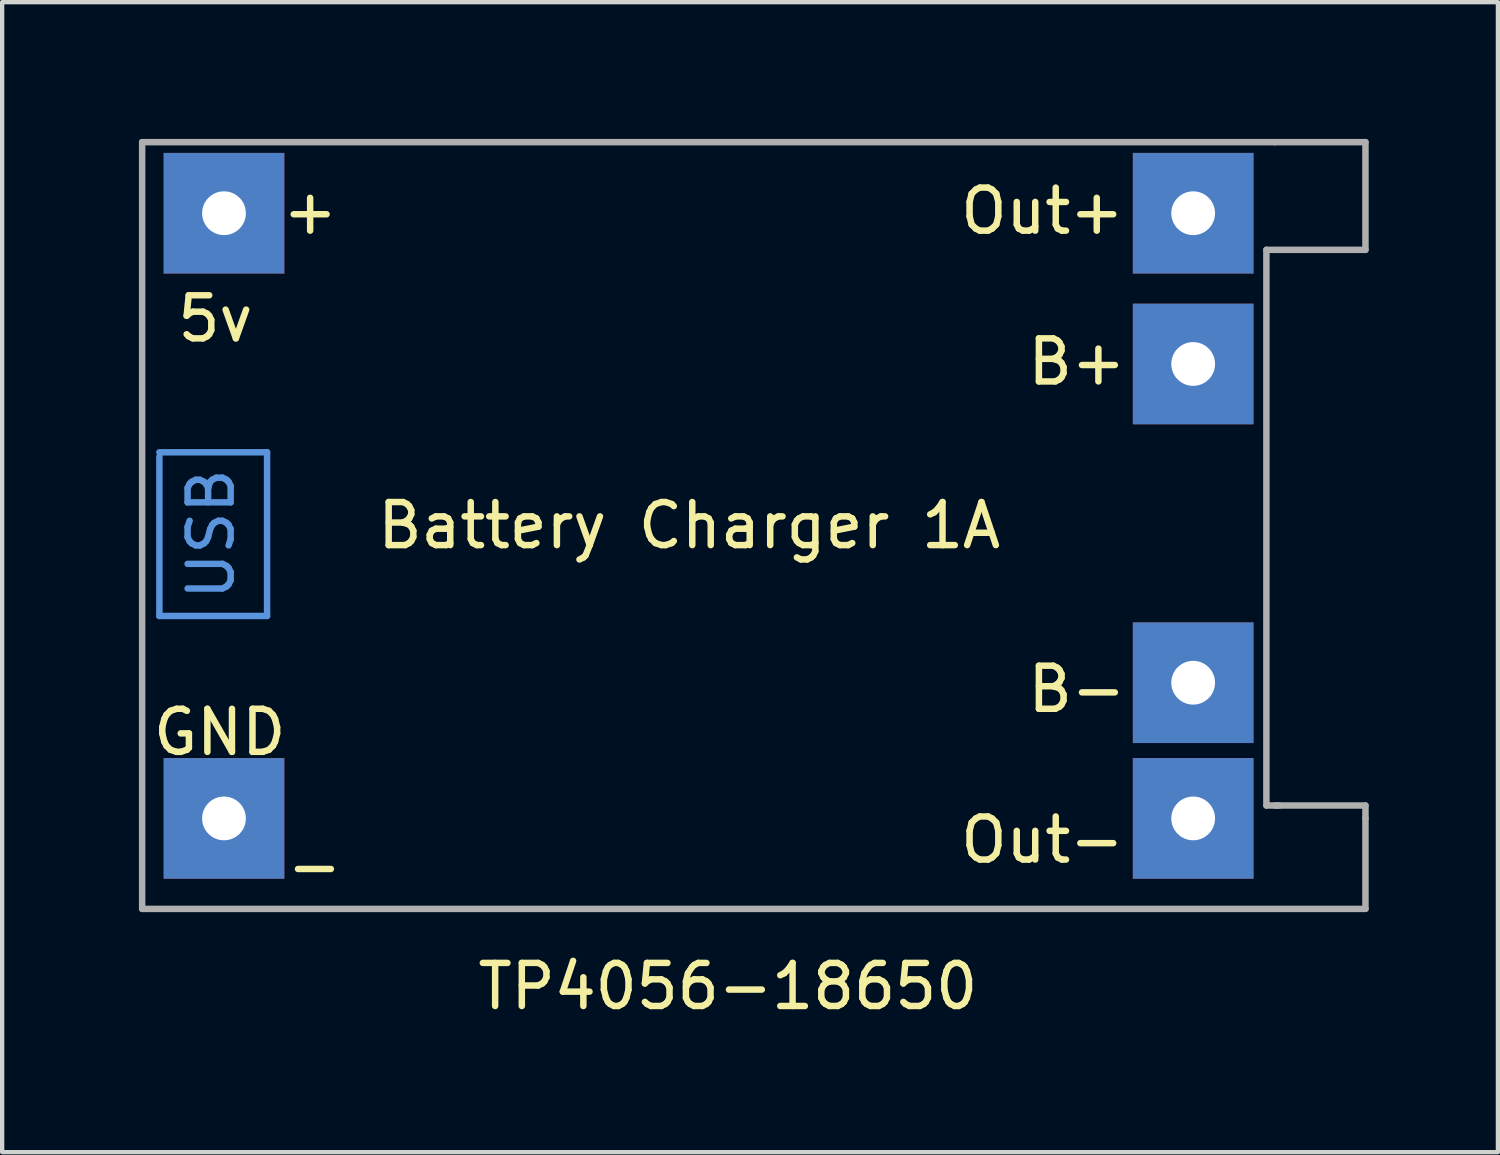
<source format=kicad_pcb>
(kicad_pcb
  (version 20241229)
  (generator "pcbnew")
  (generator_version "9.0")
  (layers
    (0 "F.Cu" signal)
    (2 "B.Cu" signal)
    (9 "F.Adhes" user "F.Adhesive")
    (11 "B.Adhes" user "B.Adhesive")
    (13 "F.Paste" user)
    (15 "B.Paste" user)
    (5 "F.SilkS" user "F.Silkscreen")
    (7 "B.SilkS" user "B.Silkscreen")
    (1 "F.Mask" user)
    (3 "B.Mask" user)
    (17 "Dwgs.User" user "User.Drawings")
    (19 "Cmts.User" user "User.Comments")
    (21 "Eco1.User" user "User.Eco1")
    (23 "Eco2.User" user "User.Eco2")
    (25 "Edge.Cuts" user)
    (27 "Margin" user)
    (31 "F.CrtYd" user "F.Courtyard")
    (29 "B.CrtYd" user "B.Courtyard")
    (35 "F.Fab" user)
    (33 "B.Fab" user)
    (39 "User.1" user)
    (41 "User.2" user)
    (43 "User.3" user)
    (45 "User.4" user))
  (footprint "TP4056-18650"
    (layer "F.Cu")
    (at 0.25 0.25)
    (property "Reference" "TP4056-18650" (at 13.6 19.6 0) (layer "F.SilkS") (effects (font (size 1 1) (thickness 0.15))))
    (attr through_hole)
    (fp_line (start 0.4 7.2) (end 2.9 7.2) (stroke (width 0.15) (type solid)) (layer "Cmts.User"))
    (fp_line (start 0.4 11) (end 0.4 7.3) (stroke (width 0.15) (type solid)) (layer "Cmts.User"))
    (fp_line (start 2.9 7.2) (end 2.9 11) (stroke (width 0.15) (type solid)) (layer "Cmts.User"))
    (fp_line (start 2.9 11) (end 0.4 11) (stroke (width 0.15) (type solid)) (layer "Cmts.User"))
    (fp_line (start 0 0) (end 26.3 0) (stroke (width 0.15) (type solid)) (layer "F.Fab"))
    (fp_line (start 0 17.8) (end 0 0) (stroke (width 0.15) (type solid)) (layer "F.Fab"))
    (fp_line (start 26.1 2.5) (end 26.1 15.4) (stroke (width 0.15) (type solid)) (layer "F.Fab"))
    (fp_line (start 26.1 15.4) (end 26.4 15.4) (stroke (width 0.15) (type solid)) (layer "F.Fab"))
    (fp_line (start 26.3 0) (end 28.4 0) (stroke (width 0.15) (type solid)) (layer "F.Fab"))
    (fp_line (start 26.3 15.4) (end 28.4 15.4) (stroke (width 0.15) (type solid)) (layer "F.Fab"))
    (fp_line (start 28.4 0) (end 28.4 2.5) (stroke (width 0.15) (type solid)) (layer "F.Fab"))
    (fp_line (start 28.4 2.5) (end 26.1 2.5) (stroke (width 0.15) (type solid)) (layer "F.Fab"))
    (fp_line (start 28.4 15.4) (end 28.4 15.7) (stroke (width 0.15) (type solid)) (layer "F.Fab"))
    (fp_line (start 28.4 15.7) (end 28.4 17.8) (stroke (width 0.15) (type solid)) (layer "F.Fab"))
    (fp_line (start 28.4 17.8) (end 0 17.8) (stroke (width 0.15) (type solid)) (layer "F.Fab"))
    (fp_text user "B-" (at 21.7 12.7 0) (layer "F.SilkS") (effects (font (size 1 1) (thickness 0.15))))
    (fp_text user "Out-" (at 20.9 16.2 0) (layer "F.SilkS") (effects (font (size 1 1) (thickness 0.15))))
    (fp_text user "-" (at 4 16.8 0) (layer "F.SilkS") (effects (font (size 1 1) (thickness 0.15))))
    (fp_text user "Out+" (at 20.9 1.6 0) (layer "F.SilkS") (effects (font (size 1 1) (thickness 0.15))))
    (fp_text user "Battery Charger 1A" (at 12.7 8.9 0) (layer "F.SilkS") (effects (font (size 1 1) (thickness 0.15))))
    (fp_text user "5v" (at 1.7 4.1 0) (layer "F.SilkS") (effects (font (size 1 1) (thickness 0.15))))
    (fp_text user "GND" (at 1.8 13.7 0) (layer "F.SilkS") (effects (font (size 1 1) (thickness 0.15))))
    (fp_text user "+" (at 3.9 1.6 0) (layer "F.SilkS") (effects (font (size 1 1) (thickness 0.15))))
    (fp_text user "B+" (at 21.7 5.1 0) (layer "F.SilkS") (effects (font (size 1 1) (thickness 0.15))))
    (fp_text user "USB" (at 1.6 9.1 90) (layer "Cmts.User") (effects (font (size 1 1) (thickness 0.15))))
    (pad "1" thru_hole rect (at 1.9 1.65) (size 2.8 2.8) (drill 1.016) (layers "*.Cu" "*.Mask"))
    (pad "2" thru_hole rect (at 1.9 15.7) (size 2.8 2.8) (drill 1.016) (layers "*.Cu" "*.Mask"))
    (pad "3" thru_hole rect (at 24.4 1.65) (size 2.8 2.8) (drill 1.016) (layers "*.Cu" "*.Mask"))
    (pad "4" thru_hole rect (at 24.4 15.7) (size 2.8 2.8) (drill 1.016) (layers "*.Cu" "*.Mask"))
    (pad "5" thru_hole rect (at 24.4 5.15) (size 2.8 2.8) (drill 1.016) (layers "*.Cu" "*.Mask"))
    (pad "6" thru_hole rect (at 24.4 12.55) (size 2.8 2.8) (drill 1.016) (layers "*.Cu" "*.Mask")))
  (gr_rect
    (start -3 -3)
    (end 31.725 23.698)
    (stroke (width 0.1) (type default))
    (fill no)
    (layer "Edge.Cuts")))
</source>
